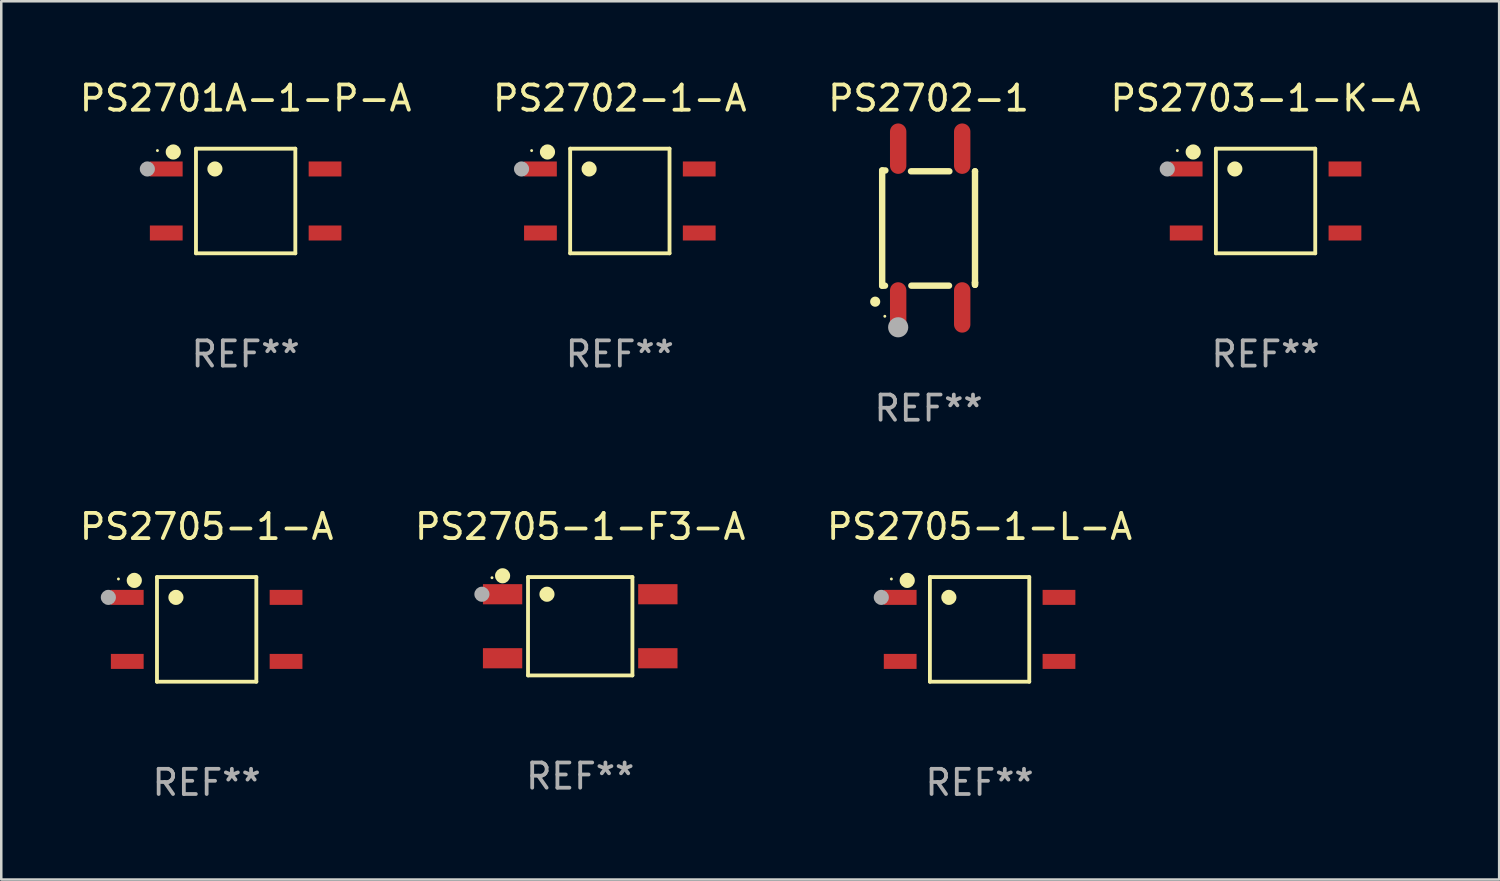
<source format=kicad_pcb>
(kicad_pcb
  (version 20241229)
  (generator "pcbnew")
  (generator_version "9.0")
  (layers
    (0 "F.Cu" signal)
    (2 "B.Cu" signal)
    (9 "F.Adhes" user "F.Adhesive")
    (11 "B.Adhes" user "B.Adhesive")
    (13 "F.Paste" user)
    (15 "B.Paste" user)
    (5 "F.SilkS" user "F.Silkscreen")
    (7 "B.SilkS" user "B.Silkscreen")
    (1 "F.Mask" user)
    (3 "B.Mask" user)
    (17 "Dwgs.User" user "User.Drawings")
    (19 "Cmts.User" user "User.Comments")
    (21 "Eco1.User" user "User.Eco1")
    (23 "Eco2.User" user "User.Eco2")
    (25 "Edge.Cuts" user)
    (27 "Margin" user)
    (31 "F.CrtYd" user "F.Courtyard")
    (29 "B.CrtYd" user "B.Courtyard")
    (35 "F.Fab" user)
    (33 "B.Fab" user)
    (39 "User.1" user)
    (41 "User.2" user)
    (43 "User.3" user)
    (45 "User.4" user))
  (footprint "PS2702-1-A"
    (layer "F.Cu")
    (at 21.542 4.924)
    (property "Reference" "PS2702-1-A" (at 0 -4.076 0) (layer "F.SilkS") (effects (font (size 1 1) (thickness 0.15))))
    (attr through_hole)
    (fp_line (start -1.971 -2.076) (end 1.971 -2.076) (stroke (width 0.152) (type solid)) (layer "F.SilkS"))
    (fp_line (start -1.971 2.076) (end -1.971 -2.076) (stroke (width 0.152) (type solid)) (layer "F.SilkS"))
    (fp_line (start 1.971 -2.076) (end 1.971 2.076) (stroke (width 0.152) (type solid)) (layer "F.SilkS"))
    (fp_line (start 1.971 2.076) (end -1.971 2.076) (stroke (width 0.152) (type solid)) (layer "F.SilkS"))
    (fp_circle (center -3.5 -2) (end -3.47 -2) (stroke (width 0.06) (type solid)) (fill no) (layer "F.SilkS"))
    (fp_circle (center -2.871 -1.944) (end -2.72 -1.944) (stroke (width 0.3) (type solid)) (fill no) (layer "F.SilkS"))
    (fp_circle (center -1.219 -1.27) (end -1.069 -1.27) (stroke (width 0.3) (type solid)) (fill no) (layer "F.SilkS"))
    (fp_circle (center -3.9 -1.27) (end -3.75 -1.27) (stroke (width 0.3) (type solid)) (fill no) (layer "F.Fab"))
    (fp_text user "REF**" (at 0 6.076 0) (layer "F.Fab") (effects (font (size 1 1) (thickness 0.15))))
    (pad "1" smd rect (at -3.15 -1.27 270) (size 0.595 1.3) (layers "F.Cu" "F.Mask" "F.Paste"))
    (pad "2" smd rect (at -3.15 1.27 270) (size 0.595 1.3) (layers "F.Cu" "F.Mask" "F.Paste"))
    (pad "3" smd rect (at 3.15 1.27 270) (size 0.595 1.3) (layers "F.Cu" "F.Mask" "F.Paste"))
    (pad "4" smd rect (at 3.15 -1.27 270) (size 0.595 1.3) (layers "F.Cu" "F.Mask" "F.Paste")))
  (footprint "PS2702-1"
    (layer "F.Cu")
    (at 33.792 5.998)
    (property "Reference" "PS2702-1" (at 0 -5.15 0) (layer "F.SilkS") (effects (font (size 1 1) (thickness 0.15))))
    (attr through_hole)
    (fp_line (start -1.842 -2.286) (end -1.842 2.286) (stroke (width 0.254) (type solid)) (layer "F.SilkS"))
    (fp_line (start -1.842 2.286) (end -1.73 2.286) (stroke (width 0.254) (type solid)) (layer "F.SilkS"))
    (fp_line (start -1.715 -2.286) (end -1.841 -2.286) (stroke (width 0.254) (type solid)) (layer "F.SilkS"))
    (fp_line (start -0.684 2.286) (end 0.81 2.286) (stroke (width 0.254) (type solid)) (layer "F.SilkS"))
    (fp_line (start 0.823 -2.252) (end -0.698 -2.252) (stroke (width 0.254) (type solid)) (layer "F.SilkS"))
    (fp_line (start 1.841 -2.252) (end 1.842 -2.252) (stroke (width 0.254) (type solid)) (layer "F.SilkS"))
    (fp_line (start 1.841 2.159) (end 1.841 -2.252) (stroke (width 0.254) (type solid)) (layer "F.SilkS"))
    (fp_line (start 1.841 2.159) (end 1.841 2.252) (stroke (width 0.254) (type solid)) (layer "F.SilkS"))
    (fp_line (start 1.841 2.159) (end 1.841 2.252) (stroke (width 0.254) (type solid)) (layer "F.SilkS"))
    (fp_arc (start -2.119266 2.92225) (mid -2.119271 2.92098) (end -2.119266 2.91971) (stroke (width 0.4) (type solid)) (layer "F.SilkS"))
    (fp_circle (center -1.737 3.5) (end -1.707 3.5) (stroke (width 0.06) (type solid)) (fill no) (layer "F.SilkS"))
    (fp_circle (center -1.207 3.937) (end -1.007 3.937) (stroke (width 0.4) (type solid)) (fill no) (layer "F.Fab"))
    (fp_text user "REF**" (at 0 7.15 0) (layer "F.Fab") (effects (font (size 1 1) (thickness 0.15))))
    (pad "1" smd oval (at -1.207 3.15 180) (size 0.65 2) (layers "F.Cu" "F.Mask" "F.Paste"))
    (pad "2" smd oval (at 1.333 3.149 180) (size 0.65 2) (layers "F.Cu" "F.Mask" "F.Paste"))
    (pad "3" smd oval (at 1.333 -3.15 180) (size 0.65 2) (layers "F.Cu" "F.Mask" "F.Paste"))
    (pad "4" smd oval (at -1.207 -3.15 180) (size 0.65 2) (layers "F.Cu" "F.Mask" "F.Paste")))
  (footprint "PS2705-1-A"
    (layer "F.Cu")
    (at 5.149 21.921)
    (property "Reference" "PS2705-1-A" (at 0 -4.076 0) (layer "F.SilkS") (effects (font (size 1 1) (thickness 0.15))))
    (attr through_hole)
    (fp_line (start -1.971 -2.076) (end 1.971 -2.076) (stroke (width 0.152) (type solid)) (layer "F.SilkS"))
    (fp_line (start -1.971 2.076) (end -1.971 -2.076) (stroke (width 0.152) (type solid)) (layer "F.SilkS"))
    (fp_line (start 1.971 -2.076) (end 1.971 2.076) (stroke (width 0.152) (type solid)) (layer "F.SilkS"))
    (fp_line (start 1.971 2.076) (end -1.971 2.076) (stroke (width 0.152) (type solid)) (layer "F.SilkS"))
    (fp_circle (center -3.5 -2) (end -3.47 -2) (stroke (width 0.06) (type solid)) (fill no) (layer "F.SilkS"))
    (fp_circle (center -2.871 -1.944) (end -2.72 -1.944) (stroke (width 0.3) (type solid)) (fill no) (layer "F.SilkS"))
    (fp_circle (center -1.219 -1.27) (end -1.069 -1.27) (stroke (width 0.3) (type solid)) (fill no) (layer "F.SilkS"))
    (fp_circle (center -3.9 -1.27) (end -3.75 -1.27) (stroke (width 0.3) (type solid)) (fill no) (layer "F.Fab"))
    (fp_text user "REF**" (at 0 6.076 0) (layer "F.Fab") (effects (font (size 1 1) (thickness 0.15))))
    (pad "1" smd rect (at -3.15 -1.27 270) (size 0.595 1.3) (layers "F.Cu" "F.Mask" "F.Paste"))
    (pad "2" smd rect (at -3.15 1.27 270) (size 0.595 1.3) (layers "F.Cu" "F.Mask" "F.Paste"))
    (pad "3" smd rect (at 3.15 1.27 270) (size 0.595 1.3) (layers "F.Cu" "F.Mask" "F.Paste"))
    (pad "4" smd rect (at 3.15 -1.27 270) (size 0.595 1.3) (layers "F.Cu" "F.Mask" "F.Paste")))
  (footprint "PS2703-1-K-A"
    (layer "F.Cu")
    (at 47.161 4.924)
    (property "Reference" "PS2703-1-K-A" (at 0 -4.076 0) (layer "F.SilkS") (effects (font (size 1 1) (thickness 0.15))))
    (attr through_hole)
    (fp_line (start -1.971 -2.076) (end 1.971 -2.076) (stroke (width 0.152) (type solid)) (layer "F.SilkS"))
    (fp_line (start -1.971 2.076) (end -1.971 -2.076) (stroke (width 0.152) (type solid)) (layer "F.SilkS"))
    (fp_line (start 1.971 -2.076) (end 1.971 2.076) (stroke (width 0.152) (type solid)) (layer "F.SilkS"))
    (fp_line (start 1.971 2.076) (end -1.971 2.076) (stroke (width 0.152) (type solid)) (layer "F.SilkS"))
    (fp_circle (center -3.5 -2) (end -3.47 -2) (stroke (width 0.06) (type solid)) (fill no) (layer "F.SilkS"))
    (fp_circle (center -2.871 -1.944) (end -2.72 -1.944) (stroke (width 0.3) (type solid)) (fill no) (layer "F.SilkS"))
    (fp_circle (center -1.219 -1.27) (end -1.069 -1.27) (stroke (width 0.3) (type solid)) (fill no) (layer "F.SilkS"))
    (fp_circle (center -3.9 -1.27) (end -3.75 -1.27) (stroke (width 0.3) (type solid)) (fill no) (layer "F.Fab"))
    (fp_text user "REF**" (at 0 6.076 0) (layer "F.Fab") (effects (font (size 1 1) (thickness 0.15))))
    (pad "1" smd rect (at -3.15 -1.27 270) (size 0.595 1.3) (layers "F.Cu" "F.Mask" "F.Paste"))
    (pad "2" smd rect (at -3.15 1.27 270) (size 0.595 1.3) (layers "F.Cu" "F.Mask" "F.Paste"))
    (pad "3" smd rect (at 3.15 1.27 270) (size 0.595 1.3) (layers "F.Cu" "F.Mask" "F.Paste"))
    (pad "4" smd rect (at 3.15 -1.27 270) (size 0.595 1.3) (layers "F.Cu" "F.Mask" "F.Paste")))
  (footprint "PS2705-1-F3-A"
    (layer "F.Cu")
    (at 19.97 21.796)
    (property "Reference" "PS2705-1-F3-A" (at 0 -3.951 0) (layer "F.SilkS") (effects (font (size 1 1) (thickness 0.15))))
    (attr through_hole)
    (fp_line (start -2.071 -1.951) (end 2.071 -1.951) (stroke (width 0.152) (type solid)) (layer "F.SilkS"))
    (fp_line (start -2.071 1.951) (end -2.071 -1.951) (stroke (width 0.152) (type solid)) (layer "F.SilkS"))
    (fp_line (start 2.071 -1.951) (end 2.071 1.951) (stroke (width 0.152) (type solid)) (layer "F.SilkS"))
    (fp_line (start 2.071 1.951) (end -2.071 1.951) (stroke (width 0.152) (type solid)) (layer "F.SilkS"))
    (fp_circle (center -3.5 -1.925) (end -3.47 -1.925) (stroke (width 0.06) (type solid)) (fill no) (layer "F.SilkS"))
    (fp_circle (center -3.08 -2.002) (end -2.93 -2.002) (stroke (width 0.3) (type solid)) (fill no) (layer "F.SilkS"))
    (fp_circle (center -1.319 -1.27) (end -1.169 -1.27) (stroke (width 0.3) (type solid)) (fill no) (layer "F.SilkS"))
    (fp_circle (center -3.9 -1.27) (end -3.75 -1.27) (stroke (width 0.3) (type solid)) (fill no) (layer "F.Fab"))
    (fp_text user "REF**" (at 0 5.951 0) (layer "F.Fab") (effects (font (size 1 1) (thickness 0.15))))
    (pad "1" smd rect (at -3.08 -1.27) (size 1.56 0.8) (layers "F.Cu" "F.Mask" "F.Paste"))
    (pad "2" smd rect (at -3.08 1.27) (size 1.56 0.8) (layers "F.Cu" "F.Mask" "F.Paste"))
    (pad "3" smd rect (at 3.08 1.27) (size 1.56 0.8) (layers "F.Cu" "F.Mask" "F.Paste"))
    (pad "4" smd rect (at 3.08 -1.27) (size 1.56 0.8) (layers "F.Cu" "F.Mask" "F.Paste")))
  (footprint "PS2705-1-L-A"
    (layer "F.Cu")
    (at 35.815 21.921)
    (property "Reference" "PS2705-1-L-A" (at 0 -4.076 0) (layer "F.SilkS") (effects (font (size 1 1) (thickness 0.15))))
    (attr through_hole)
    (fp_line (start -1.971 -2.076) (end 1.971 -2.076) (stroke (width 0.152) (type solid)) (layer "F.SilkS"))
    (fp_line (start -1.971 2.076) (end -1.971 -2.076) (stroke (width 0.152) (type solid)) (layer "F.SilkS"))
    (fp_line (start 1.971 -2.076) (end 1.971 2.076) (stroke (width 0.152) (type solid)) (layer "F.SilkS"))
    (fp_line (start 1.971 2.076) (end -1.971 2.076) (stroke (width 0.152) (type solid)) (layer "F.SilkS"))
    (fp_circle (center -3.5 -2) (end -3.47 -2) (stroke (width 0.06) (type solid)) (fill no) (layer "F.SilkS"))
    (fp_circle (center -2.871 -1.944) (end -2.72 -1.944) (stroke (width 0.3) (type solid)) (fill no) (layer "F.SilkS"))
    (fp_circle (center -1.219 -1.27) (end -1.069 -1.27) (stroke (width 0.3) (type solid)) (fill no) (layer "F.SilkS"))
    (fp_circle (center -3.9 -1.27) (end -3.75 -1.27) (stroke (width 0.3) (type solid)) (fill no) (layer "F.Fab"))
    (fp_text user "REF**" (at 0 6.076 0) (layer "F.Fab") (effects (font (size 1 1) (thickness 0.15))))
    (pad "1" smd rect (at -3.15 -1.27 270) (size 0.595 1.3) (layers "F.Cu" "F.Mask" "F.Paste"))
    (pad "2" smd rect (at -3.15 1.27 270) (size 0.595 1.3) (layers "F.Cu" "F.Mask" "F.Paste"))
    (pad "3" smd rect (at 3.15 1.27 270) (size 0.595 1.3) (layers "F.Cu" "F.Mask" "F.Paste"))
    (pad "4" smd rect (at 3.15 -1.27 270) (size 0.595 1.3) (layers "F.Cu" "F.Mask" "F.Paste")))
  (footprint "PS2701A-1-P-A"
    (layer "F.Cu")
    (at 6.696 4.924)
    (property "Reference" "PS2701A-1-P-A" (at 0 -4.076 0) (layer "F.SilkS") (effects (font (size 1 1) (thickness 0.15))))
    (attr through_hole)
    (fp_line (start -1.971 -2.076) (end 1.971 -2.076) (stroke (width 0.152) (type solid)) (layer "F.SilkS"))
    (fp_line (start -1.971 2.076) (end -1.971 -2.076) (stroke (width 0.152) (type solid)) (layer "F.SilkS"))
    (fp_line (start 1.971 -2.076) (end 1.971 2.076) (stroke (width 0.152) (type solid)) (layer "F.SilkS"))
    (fp_line (start 1.971 2.076) (end -1.971 2.076) (stroke (width 0.152) (type solid)) (layer "F.SilkS"))
    (fp_circle (center -3.5 -2) (end -3.47 -2) (stroke (width 0.06) (type solid)) (fill no) (layer "F.SilkS"))
    (fp_circle (center -2.871 -1.944) (end -2.72 -1.944) (stroke (width 0.3) (type solid)) (fill no) (layer "F.SilkS"))
    (fp_circle (center -1.219 -1.27) (end -1.069 -1.27) (stroke (width 0.3) (type solid)) (fill no) (layer "F.SilkS"))
    (fp_circle (center -3.9 -1.27) (end -3.75 -1.27) (stroke (width 0.3) (type solid)) (fill no) (layer "F.Fab"))
    (fp_text user "REF**" (at 0 6.076 0) (layer "F.Fab") (effects (font (size 1 1) (thickness 0.15))))
    (pad "1" smd rect (at -3.15 -1.27 270) (size 0.595 1.3) (layers "F.Cu" "F.Mask" "F.Paste"))
    (pad "2" smd rect (at -3.15 1.27 270) (size 0.595 1.3) (layers "F.Cu" "F.Mask" "F.Paste"))
    (pad "3" smd rect (at 3.15 1.27 270) (size 0.595 1.3) (layers "F.Cu" "F.Mask" "F.Paste"))
    (pad "4" smd rect (at 3.15 -1.27 270) (size 0.595 1.3) (layers "F.Cu" "F.Mask" "F.Paste")))
  (gr_rect
    (start -3 -3)
    (end 56.429 31.845)
    (stroke (width 0.1) (type default))
    (fill no)
    (layer "Edge.Cuts")))
</source>
